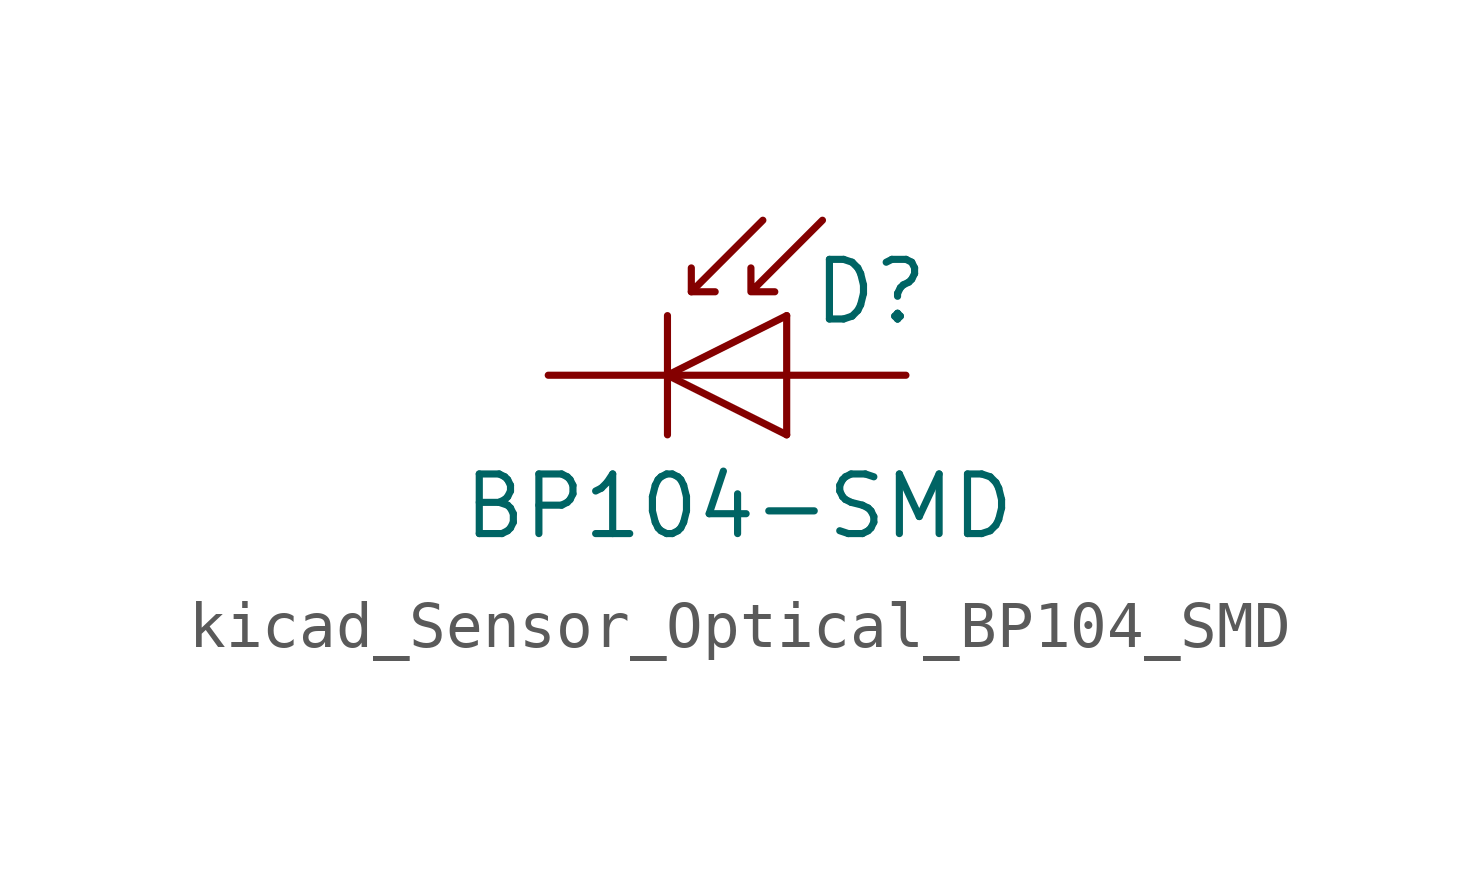
<source format=kicad_sym>
(kicad_symbol_lib
  (version 20220914)
  (generator kicad_symbol_editor)
  (symbol "kicad_Sensor_Optical_BP104_SMD"
    (pin_numbers hide)
    (pin_names
      (offset 1.016) hide)
    (property "Reference" "D"
      (at 0.508 1.778 0)
      (effects (font (size 1.27 1.27)) (justify left)))
    (property "Value" "BP104-SMD"
      (at -1.016 -2.794 0)
      (effects (font (size 1.27 1.27))))
    (symbol "kicad_Sensor_Optical_BP104_SMD_0_1"
      (polyline (pts (xy -2.54 1.27) (xy -2.54 -1.27)) (stroke (width 0.152) (type default)) (fill (type none)))
      (polyline (pts (xy -2.032 1.778) (xy -1.524 1.778)) (stroke (width 0) (type default)) (fill (type none)))
      (polyline (pts (xy 0 -1.27) (xy 0 1.27)) (stroke (width 0) (type default)) (fill (type none)))
      (polyline (pts (xy 0 0) (xy -2.54 0)) (stroke (width 0) (type default)) (fill (type none)))
      (polyline (pts (xy -0.508 3.302) (xy -2.032 1.778) (xy -2.032 2.286)) (stroke (width 0) (type default)) (fill (type none)))
      (polyline (pts (xy 0 1.27) (xy -2.54 0) (xy 0 -1.27)) (stroke (width 0) (type default)) (fill (type none)))
      (polyline (pts (xy 0.762 3.302) (xy -0.762 1.778) (xy -0.762 2.286) (xy -0.762 1.778) (xy -0.254 1.778)) (stroke (width 0) (type default)) (fill (type none))))
    (symbol "kicad_Sensor_Optical_BP104_SMD_1_1"
      (pin passive line (at -5.08 0 0) (length 2.54) (name "K" (effects (font (size 1.27 1.27)))) (number "1" (effects (font (size 1.27 1.27)))))
      (pin passive line (at 2.54 0 180) (length 2.54) (name "A" (effects (font (size 1.27 1.27)))) (number "2" (effects (font (size 1.27 1.27))))))))
</source>
